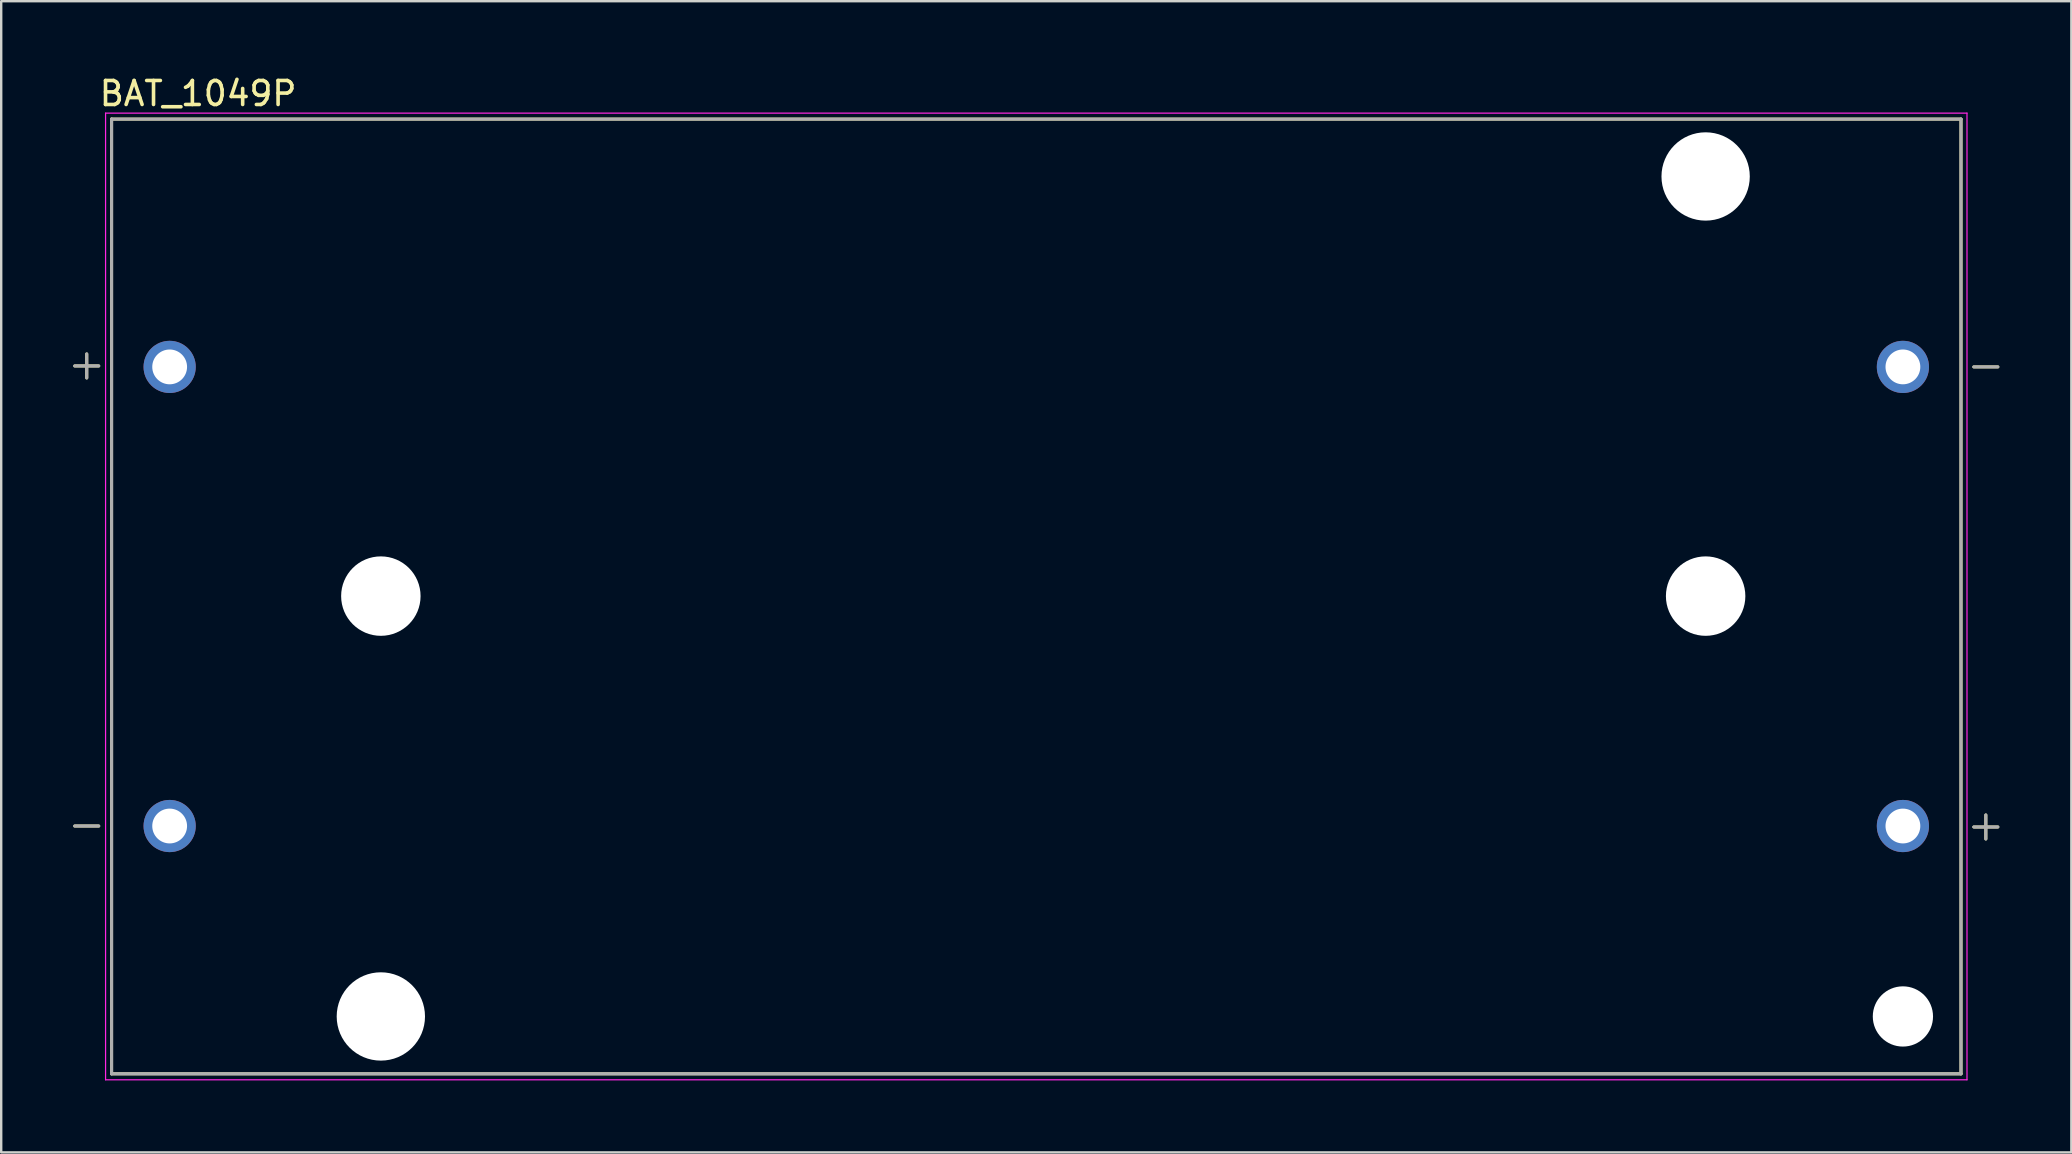
<source format=kicad_pcb>
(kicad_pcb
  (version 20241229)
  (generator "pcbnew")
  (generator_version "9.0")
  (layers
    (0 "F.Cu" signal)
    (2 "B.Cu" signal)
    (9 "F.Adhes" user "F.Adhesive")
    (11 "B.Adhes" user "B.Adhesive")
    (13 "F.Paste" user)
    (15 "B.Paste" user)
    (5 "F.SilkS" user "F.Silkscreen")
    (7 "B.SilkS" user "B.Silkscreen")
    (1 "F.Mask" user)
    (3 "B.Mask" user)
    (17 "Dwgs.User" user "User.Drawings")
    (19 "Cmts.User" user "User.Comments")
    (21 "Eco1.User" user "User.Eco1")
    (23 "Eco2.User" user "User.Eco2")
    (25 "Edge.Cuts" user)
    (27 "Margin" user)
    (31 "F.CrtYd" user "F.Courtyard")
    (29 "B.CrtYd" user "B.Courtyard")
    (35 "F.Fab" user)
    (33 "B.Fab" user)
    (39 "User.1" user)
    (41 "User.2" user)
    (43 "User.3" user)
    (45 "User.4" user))
  (footprint "BAT_1049P"
    (layer "F.Cu")
    (at 40.129 21.803)
    (property "Reference" "BAT_1049P" (at -34.925 -20.955 0) (layer "F.SilkS") (effects (font (size 1 1) (thickness 0.15))))
    (attr through_hole)
    (fp_line (start -40.065 9.565) (end -39.065 9.565) (stroke (width 0.127) (type solid)) (layer "F.SilkS"))
    (fp_line (start -39.565 -9.105) (end -39.565 -10.105) (stroke (width 0.127) (type solid)) (layer "F.SilkS"))
    (fp_line (start -39.065 -9.605) (end -40.065 -9.605) (stroke (width 0.127) (type solid)) (layer "F.SilkS"))
    (fp_line (start -38.53 -19.89) (end 38.53 -19.89) (stroke (width 0.127) (type solid)) (layer "F.SilkS"))
    (fp_line (start -38.53 19.89) (end -38.53 -19.89) (stroke (width 0.127) (type solid)) (layer "F.SilkS"))
    (fp_line (start 38.53 -19.89) (end 38.53 19.89) (stroke (width 0.127) (type solid)) (layer "F.SilkS"))
    (fp_line (start 38.53 19.89) (end -38.53 19.89) (stroke (width 0.127) (type solid)) (layer "F.SilkS"))
    (fp_line (start 39.065 9.605) (end 40.065 9.605) (stroke (width 0.127) (type solid)) (layer "F.SilkS"))
    (fp_line (start 39.565 9.105) (end 39.565 10.105) (stroke (width 0.127) (type solid)) (layer "F.SilkS"))
    (fp_line (start 40.065 -9.565) (end 39.065 -9.565) (stroke (width 0.127) (type solid)) (layer "F.SilkS"))
    (fp_line (start -38.78 -20.14) (end 38.78 -20.14) (stroke (width 0.05) (type solid)) (layer "F.CrtYd"))
    (fp_line (start -38.78 20.14) (end -38.78 -20.14) (stroke (width 0.05) (type solid)) (layer "F.CrtYd"))
    (fp_line (start 38.78 -20.14) (end 38.78 20.14) (stroke (width 0.05) (type solid)) (layer "F.CrtYd"))
    (fp_line (start 38.78 20.14) (end -38.78 20.14) (stroke (width 0.05) (type solid)) (layer "F.CrtYd"))
    (fp_line (start -40.065 -9.605) (end -39.065 -9.605) (stroke (width 0.127) (type solid)) (layer "F.Fab"))
    (fp_line (start -40.065 9.565) (end -39.065 9.565) (stroke (width 0.127) (type solid)) (layer "F.Fab"))
    (fp_line (start -39.565 -9.105) (end -39.565 -10.105) (stroke (width 0.127) (type solid)) (layer "F.Fab"))
    (fp_line (start -38.53 -19.89) (end 38.53 -19.89) (stroke (width 0.127) (type solid)) (layer "F.Fab"))
    (fp_line (start -38.53 19.89) (end -38.53 -19.89) (stroke (width 0.127) (type solid)) (layer "F.Fab"))
    (fp_line (start 38.53 -19.89) (end 38.53 19.89) (stroke (width 0.127) (type solid)) (layer "F.Fab"))
    (fp_line (start 38.53 19.89) (end -38.53 19.89) (stroke (width 0.127) (type solid)) (layer "F.Fab"))
    (fp_line (start 39.565 9.105) (end 39.565 10.105) (stroke (width 0.127) (type solid)) (layer "F.Fab"))
    (fp_line (start 40.065 -9.565) (end 39.065 -9.565) (stroke (width 0.127) (type solid)) (layer "F.Fab"))
    (fp_line (start 40.065 9.605) (end 39.065 9.605) (stroke (width 0.127) (type solid)) (layer "F.Fab"))
    (pad "" np_thru_hole circle (at -27.31 -0.015) (size 3.31 3.31) (drill 3.31) (layers "*.Cu" "*.Mask"))
    (pad "" np_thru_hole circle (at -27.31 17.5) (size 3.68 3.68) (drill 3.68) (layers "*.Cu" "*.Mask"))
    (pad "" np_thru_hole circle (at 27.89 -17.5) (size 3.68 3.68) (drill 3.68) (layers "*.Cu" "*.Mask"))
    (pad "" np_thru_hole circle (at 27.89 -0.015) (size 3.31 3.31) (drill 3.31) (layers "*.Cu" "*.Mask"))
    (pad "" np_thru_hole circle (at 36.11 17.5) (size 2.51 2.51) (drill 2.51) (layers "*.Cu" "*.Mask"))
    (pad "N1" thru_hole circle (at 36.11 -9.565) (size 2.175 2.175) (drill 1.45) (layers "*.Cu" "*.Mask"))
    (pad "N2" thru_hole circle (at -36.11 9.565) (size 2.175 2.175) (drill 1.45) (layers "*.Cu" "*.Mask"))
    (pad "P1" thru_hole circle (at -36.11 -9.565) (size 2.175 2.175) (drill 1.45) (layers "*.Cu" "*.Mask"))
    (pad "P2" thru_hole circle (at 36.11 9.565) (size 2.175 2.175) (drill 1.45) (layers "*.Cu" "*.Mask")))
  (gr_rect
    (start -3 -3)
    (end 83.257 44.968)
    (stroke (width 0.1) (type default))
    (fill no)
    (layer "Edge.Cuts")))
</source>
